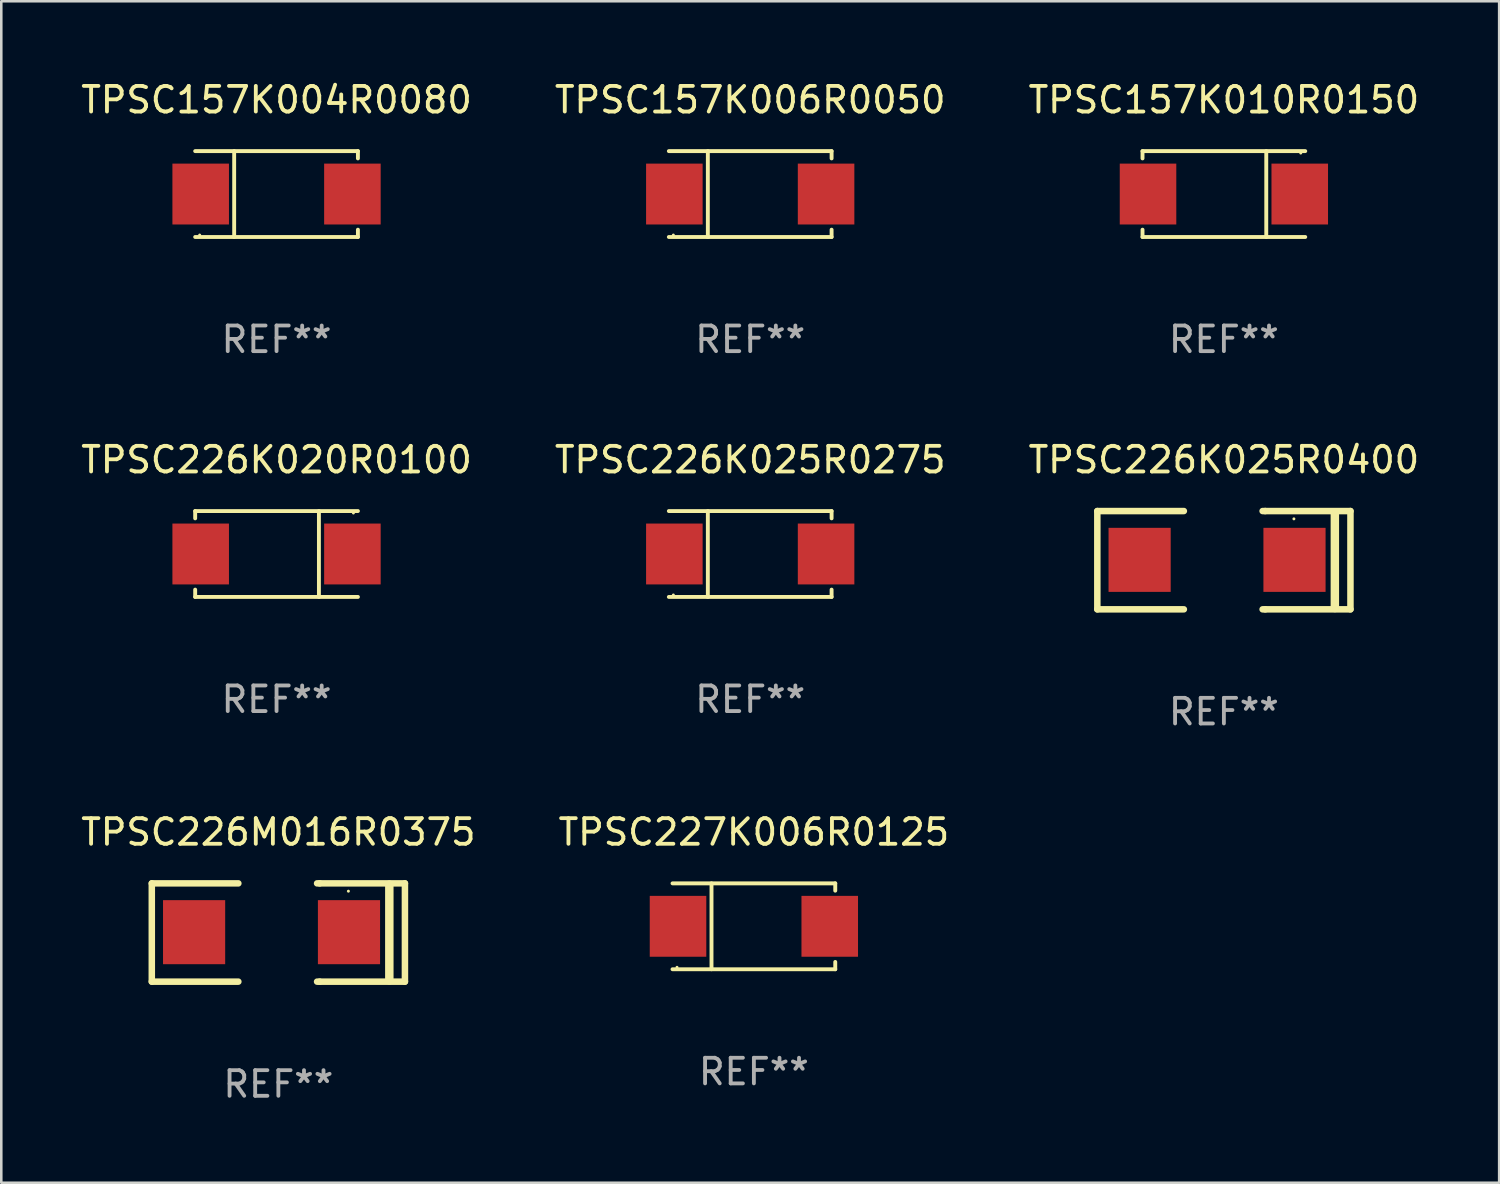
<source format=kicad_pcb>
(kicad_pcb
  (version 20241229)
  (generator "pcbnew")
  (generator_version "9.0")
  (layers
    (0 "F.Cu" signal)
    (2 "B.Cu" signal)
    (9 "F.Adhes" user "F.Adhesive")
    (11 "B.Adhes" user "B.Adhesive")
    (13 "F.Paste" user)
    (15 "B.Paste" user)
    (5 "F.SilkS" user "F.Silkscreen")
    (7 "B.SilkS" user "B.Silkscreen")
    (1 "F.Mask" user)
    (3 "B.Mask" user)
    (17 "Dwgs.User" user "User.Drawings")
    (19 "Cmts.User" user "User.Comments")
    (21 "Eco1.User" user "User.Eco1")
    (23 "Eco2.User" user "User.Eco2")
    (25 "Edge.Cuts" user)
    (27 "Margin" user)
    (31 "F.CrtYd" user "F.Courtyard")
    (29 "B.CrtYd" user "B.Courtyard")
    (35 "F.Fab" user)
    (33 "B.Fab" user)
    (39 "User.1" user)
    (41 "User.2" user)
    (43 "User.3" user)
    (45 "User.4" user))
  (footprint "TPSC226K020R0100"
    (layer "F.Cu")
    (at 7.744 18.573)
    (property "Reference" "TPSC226K020R0100" (at 0 -3.676 0) (layer "F.SilkS") (effects (font (size 1 1) (thickness 0.15))))
    (attr through_hole)
    (fp_line (start -3.176 -1.676) (end -3.176 -1.391) (stroke (width 0.152) (type solid)) (layer "F.SilkS"))
    (fp_line (start -3.176 -1.676) (end 3.176 -1.676) (stroke (width 0.152) (type solid)) (layer "F.SilkS"))
    (fp_line (start -3.176 1.676) (end -3.176 1.391) (stroke (width 0.152) (type solid)) (layer "F.SilkS"))
    (fp_line (start -3.176 1.676) (end 3.176 1.676) (stroke (width 0.152) (type solid)) (layer "F.SilkS"))
    (fp_line (start 1.654 -1.676) (end 1.654 1.676) (stroke (width 0.152) (type solid)) (layer "F.SilkS"))
    (fp_circle (center 3 -1.6) (end 3.03 -1.6) (stroke (width 0.06) (type solid)) (fill no) (layer "F.SilkS"))
    (fp_text user "REF**" (at 0 5.676 0) (layer "F.Fab") (effects (font (size 1 1) (thickness 0.15))))
    (pad "1" smd rect (at 2.961 0) (size 2.207 2.376) (layers "F.Cu" "F.Mask" "F.Paste"))
    (pad "2" smd rect (at -2.961 0) (size 2.207 2.376) (layers "F.Cu" "F.Mask" "F.Paste")))
  (footprint "TPSC226K025R0275"
    (layer "F.Cu")
    (at 26.232 18.573)
    (property "Reference" "TPSC226K025R0275" (at 0 -3.676 0) (layer "F.SilkS") (effects (font (size 1 1) (thickness 0.15))))
    (attr through_hole)
    (fp_line (start -1.654 1.676) (end -1.654 -1.676) (stroke (width 0.152) (type solid)) (layer "F.SilkS"))
    (fp_line (start 3.176 -1.676) (end -3.176 -1.676) (stroke (width 0.152) (type solid)) (layer "F.SilkS"))
    (fp_line (start 3.176 -1.676) (end 3.176 -1.391) (stroke (width 0.152) (type solid)) (layer "F.SilkS"))
    (fp_line (start 3.176 1.676) (end -3.176 1.676) (stroke (width 0.152) (type solid)) (layer "F.SilkS"))
    (fp_line (start 3.176 1.676) (end 3.176 1.391) (stroke (width 0.152) (type solid)) (layer "F.SilkS"))
    (fp_circle (center -3 1.6) (end -2.97 1.6) (stroke (width 0.06) (type solid)) (fill no) (layer "F.SilkS"))
    (fp_text user "REF**" (at 0 5.676 0) (layer "F.Fab") (effects (font (size 1 1) (thickness 0.15))))
    (pad "1" smd rect (at -2.961 -0.000051 180) (size 2.207 2.376) (layers "F.Cu" "F.Mask" "F.Paste"))
    (pad "2" smd rect (at 2.961 -0.000051 180) (size 2.207 2.376) (layers "F.Cu" "F.Mask" "F.Paste")))
  (footprint "TPSC227K006R0125"
    (layer "F.Cu")
    (at 26.375 33.105)
    (property "Reference" "TPSC227K006R0125" (at 0 -3.676 0) (layer "F.SilkS") (effects (font (size 1 1) (thickness 0.15))))
    (attr through_hole)
    (fp_line (start -1.654 1.676) (end -1.654 -1.676) (stroke (width 0.152) (type solid)) (layer "F.SilkS"))
    (fp_line (start 3.176 -1.676) (end -3.176 -1.676) (stroke (width 0.152) (type solid)) (layer "F.SilkS"))
    (fp_line (start 3.176 -1.676) (end 3.176 -1.391) (stroke (width 0.152) (type solid)) (layer "F.SilkS"))
    (fp_line (start 3.176 1.676) (end -3.176 1.676) (stroke (width 0.152) (type solid)) (layer "F.SilkS"))
    (fp_line (start 3.176 1.676) (end 3.176 1.391) (stroke (width 0.152) (type solid)) (layer "F.SilkS"))
    (fp_circle (center -3 1.6) (end -2.97 1.6) (stroke (width 0.06) (type solid)) (fill no) (layer "F.SilkS"))
    (fp_text user "REF**" (at 0 5.676 0) (layer "F.Fab") (effects (font (size 1 1) (thickness 0.15))))
    (pad "1" smd rect (at -2.961 -0.000051 180) (size 2.207 2.376) (layers "F.Cu" "F.Mask" "F.Paste"))
    (pad "2" smd rect (at 2.961 -0.000051 180) (size 2.207 2.376) (layers "F.Cu" "F.Mask" "F.Paste")))
  (footprint "TPSC226M016R0375"
    (layer "F.Cu")
    (at 7.815 33.347)
    (property "Reference" "TPSC226M016R0375" (at 0 -3.918 0) (layer "F.SilkS") (effects (font (size 1 1) (thickness 0.15))))
    (attr through_hole)
    (fp_line (start -4.94 -1.918) (end -1.562 -1.918) (stroke (width 0.254) (type solid)) (layer "F.SilkS"))
    (fp_line (start -4.94 1.918) (end -4.94 -1.918) (stroke (width 0.254) (type solid)) (layer "F.SilkS"))
    (fp_line (start -1.562 1.918) (end -4.94 1.918) (stroke (width 0.254) (type solid)) (layer "F.SilkS"))
    (fp_line (start 1.511 -1.918) (end 1.613 -1.918) (stroke (width 0.254) (type solid)) (layer "F.SilkS"))
    (fp_line (start 1.613 -1.918) (end 4.94 -1.918) (stroke (width 0.254) (type solid)) (layer "F.SilkS"))
    (fp_line (start 1.613 1.918) (end 1.511 1.918) (stroke (width 0.254) (type solid)) (layer "F.SilkS"))
    (fp_line (start 4.331 1.867) (end 4.331 -1.867) (stroke (width 0.33) (type solid)) (layer "F.SilkS"))
    (fp_line (start 4.94 -1.918) (end 4.94 1.918) (stroke (width 0.254) (type solid)) (layer "F.SilkS"))
    (fp_line (start 4.94 1.918) (end 1.613 1.918) (stroke (width 0.254) (type solid)) (layer "F.SilkS"))
    (fp_circle (center 2.733 -1.613) (end 2.763 -1.613) (stroke (width 0.06) (type solid)) (fill no) (layer "F.SilkS"))
    (fp_text user "REF**" (at 0 5.918 0) (layer "F.Fab") (effects (font (size 1 1) (thickness 0.15))))
    (pad "1" smd rect (at 2.756 -0.013 180) (size 2.426 2.5) (layers "F.Cu" "F.Mask" "F.Paste"))
    (pad "2" smd rect (at -3.289 -0.013 180) (size 2.426 2.5) (layers "F.Cu" "F.Mask" "F.Paste")))
  (footprint "TPSC157K004R0080"
    (layer "F.Cu")
    (at 7.744 4.524)
    (property "Reference" "TPSC157K004R0080" (at 0 -3.676 0) (layer "F.SilkS") (effects (font (size 1 1) (thickness 0.15))))
    (attr through_hole)
    (fp_line (start -1.654 1.676) (end -1.654 -1.676) (stroke (width 0.152) (type solid)) (layer "F.SilkS"))
    (fp_line (start 3.176 -1.676) (end -3.176 -1.676) (stroke (width 0.152) (type solid)) (layer "F.SilkS"))
    (fp_line (start 3.176 -1.676) (end 3.176 -1.391) (stroke (width 0.152) (type solid)) (layer "F.SilkS"))
    (fp_line (start 3.176 1.676) (end -3.176 1.676) (stroke (width 0.152) (type solid)) (layer "F.SilkS"))
    (fp_line (start 3.176 1.676) (end 3.176 1.391) (stroke (width 0.152) (type solid)) (layer "F.SilkS"))
    (fp_circle (center -3 1.6) (end -2.97 1.6) (stroke (width 0.06) (type solid)) (fill no) (layer "F.SilkS"))
    (fp_text user "REF**" (at 0 5.676 0) (layer "F.Fab") (effects (font (size 1 1) (thickness 0.15))))
    (pad "1" smd rect (at -2.961 -0.000051 180) (size 2.207 2.376) (layers "F.Cu" "F.Mask" "F.Paste"))
    (pad "2" smd rect (at 2.961 -0.000051 180) (size 2.207 2.376) (layers "F.Cu" "F.Mask" "F.Paste")))
  (footprint "TPSC226K025R0400"
    (layer "F.Cu")
    (at 44.72 18.815)
    (property "Reference" "TPSC226K025R0400" (at 0 -3.918 0) (layer "F.SilkS") (effects (font (size 1 1) (thickness 0.15))))
    (attr through_hole)
    (fp_line (start -4.94 -1.918) (end -1.562 -1.918) (stroke (width 0.254) (type solid)) (layer "F.SilkS"))
    (fp_line (start -4.94 1.918) (end -4.94 -1.918) (stroke (width 0.254) (type solid)) (layer "F.SilkS"))
    (fp_line (start -1.562 1.918) (end -4.94 1.918) (stroke (width 0.254) (type solid)) (layer "F.SilkS"))
    (fp_line (start 1.511 -1.918) (end 1.613 -1.918) (stroke (width 0.254) (type solid)) (layer "F.SilkS"))
    (fp_line (start 1.613 -1.918) (end 4.94 -1.918) (stroke (width 0.254) (type solid)) (layer "F.SilkS"))
    (fp_line (start 1.613 1.918) (end 1.511 1.918) (stroke (width 0.254) (type solid)) (layer "F.SilkS"))
    (fp_line (start 4.331 1.867) (end 4.331 -1.867) (stroke (width 0.33) (type solid)) (layer "F.SilkS"))
    (fp_line (start 4.94 -1.918) (end 4.94 1.918) (stroke (width 0.254) (type solid)) (layer "F.SilkS"))
    (fp_line (start 4.94 1.918) (end 1.613 1.918) (stroke (width 0.254) (type solid)) (layer "F.SilkS"))
    (fp_circle (center 2.733 -1.613) (end 2.763 -1.613) (stroke (width 0.06) (type solid)) (fill no) (layer "F.SilkS"))
    (fp_text user "REF**" (at 0 5.918 0) (layer "F.Fab") (effects (font (size 1 1) (thickness 0.15))))
    (pad "1" smd rect (at 2.756 -0.013 180) (size 2.426 2.5) (layers "F.Cu" "F.Mask" "F.Paste"))
    (pad "2" smd rect (at -3.289 -0.013 180) (size 2.426 2.5) (layers "F.Cu" "F.Mask" "F.Paste")))
  (footprint "TPSC157K010R0150"
    (layer "F.Cu")
    (at 44.72 4.524)
    (property "Reference" "TPSC157K010R0150" (at 0 -3.676 0) (layer "F.SilkS") (effects (font (size 1 1) (thickness 0.15))))
    (attr through_hole)
    (fp_line (start -3.176 -1.676) (end -3.176 -1.391) (stroke (width 0.152) (type solid)) (layer "F.SilkS"))
    (fp_line (start -3.176 -1.676) (end 3.176 -1.676) (stroke (width 0.152) (type solid)) (layer "F.SilkS"))
    (fp_line (start -3.176 1.676) (end -3.176 1.391) (stroke (width 0.152) (type solid)) (layer "F.SilkS"))
    (fp_line (start -3.176 1.676) (end 3.176 1.676) (stroke (width 0.152) (type solid)) (layer "F.SilkS"))
    (fp_line (start 1.654 -1.676) (end 1.654 1.676) (stroke (width 0.152) (type solid)) (layer "F.SilkS"))
    (fp_circle (center 3 -1.6) (end 3.03 -1.6) (stroke (width 0.06) (type solid)) (fill no) (layer "F.SilkS"))
    (fp_text user "REF**" (at 0 5.676 0) (layer "F.Fab") (effects (font (size 1 1) (thickness 0.15))))
    (pad "1" smd rect (at 2.961 0) (size 2.207 2.376) (layers "F.Cu" "F.Mask" "F.Paste"))
    (pad "2" smd rect (at -2.961 0) (size 2.207 2.376) (layers "F.Cu" "F.Mask" "F.Paste")))
  (footprint "TPSC157K006R0050"
    (layer "F.Cu")
    (at 26.232 4.524)
    (property "Reference" "TPSC157K006R0050" (at 0 -3.676 0) (layer "F.SilkS") (effects (font (size 1 1) (thickness 0.15))))
    (attr through_hole)
    (fp_line (start -1.654 1.676) (end -1.654 -1.676) (stroke (width 0.152) (type solid)) (layer "F.SilkS"))
    (fp_line (start 3.176 -1.676) (end -3.176 -1.676) (stroke (width 0.152) (type solid)) (layer "F.SilkS"))
    (fp_line (start 3.176 -1.676) (end 3.176 -1.391) (stroke (width 0.152) (type solid)) (layer "F.SilkS"))
    (fp_line (start 3.176 1.676) (end -3.176 1.676) (stroke (width 0.152) (type solid)) (layer "F.SilkS"))
    (fp_line (start 3.176 1.676) (end 3.176 1.391) (stroke (width 0.152) (type solid)) (layer "F.SilkS"))
    (fp_circle (center -3 1.6) (end -2.97 1.6) (stroke (width 0.06) (type solid)) (fill no) (layer "F.SilkS"))
    (fp_text user "REF**" (at 0 5.676 0) (layer "F.Fab") (effects (font (size 1 1) (thickness 0.15))))
    (pad "1" smd rect (at -2.961 -0.000051 180) (size 2.207 2.376) (layers "F.Cu" "F.Mask" "F.Paste"))
    (pad "2" smd rect (at 2.961 -0.000051 180) (size 2.207 2.376) (layers "F.Cu" "F.Mask" "F.Paste")))
  (gr_rect
    (start -3 -3)
    (end 55.464 43.113)
    (stroke (width 0.1) (type default))
    (fill no)
    (layer "Edge.Cuts")))
</source>
